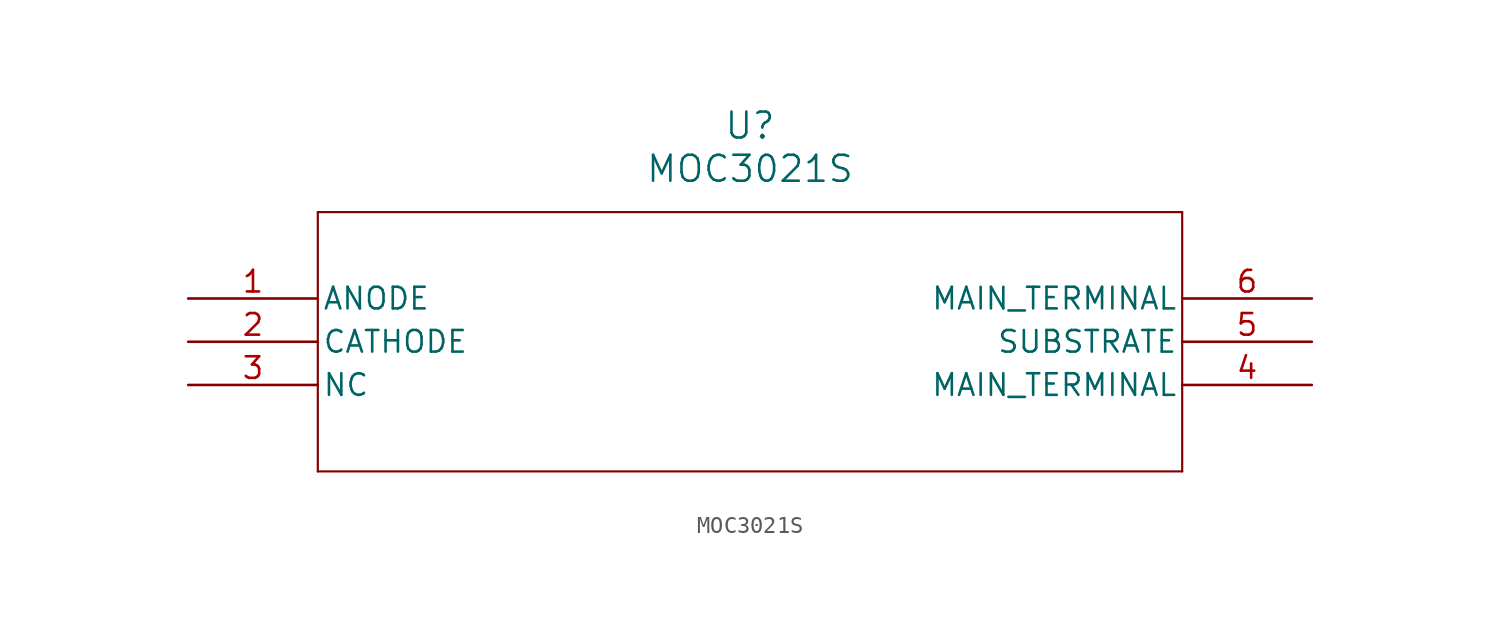
<source format=kicad_sym>
(kicad_symbol_lib
  (version 20211014)
  (generator kicad_symbol_editor)
  (symbol "MOC3021S"
    (pin_names
      (offset 0.254))
    (property "Reference" "U"
      (at 33.02 10.16 0)
      (effects (font (size 1.524 1.524))))
    (property "Value" "MOC3021S"
      (at 33.02 7.62 0)
      (effects (font (size 1.524 1.524))))
    (symbol "MOC3021S_0_1"
      (polyline (pts (xy 7.62 5.08) (xy 7.62 -10.16)) (stroke (width 0.127) (type default) (color 0 0 0 0)) (fill (type none)))
      (polyline (pts (xy 7.62 -10.16) (xy 58.42 -10.16)) (stroke (width 0.127) (type default) (color 0 0 0 0)) (fill (type none)))
      (polyline (pts (xy 58.42 -10.16) (xy 58.42 5.08)) (stroke (width 0.127) (type default) (color 0 0 0 0)) (fill (type none)))
      (polyline (pts (xy 58.42 5.08) (xy 7.62 5.08)) (stroke (width 0.127) (type default) (color 0 0 0 0)) (fill (type none)))
      (pin unspecified line (at 0 0 0) (length 7.62) (name "ANODE" (effects (font (size 1.27 1.27)))) (number "1" (effects (font (size 1.27 1.27)))))
      (pin unspecified line (at 0 -2.54 0) (length 7.62) (name "CATHODE" (effects (font (size 1.27 1.27)))) (number "2" (effects (font (size 1.27 1.27)))))
      (pin unspecified line (at 0 -5.08 0) (length 7.62) (name "NC" (effects (font (size 1.27 1.27)))) (number "3" (effects (font (size 1.27 1.27)))))
      (pin unspecified line (at 66.04 -5.08 180) (length 7.62) (name "MAIN TERMINAL" (effects (font (size 1.27 1.27)))) (number "4" (effects (font (size 1.27 1.27)))))
      (pin unspecified line (at 66.04 -2.54 180) (length 7.62) (name "SUBSTRATE" (effects (font (size 1.27 1.27)))) (number "5" (effects (font (size 1.27 1.27)))))
      (pin unspecified line (at 66.04 0 180) (length 7.62) (name "MAIN TERMINAL" (effects (font (size 1.27 1.27)))) (number "6" (effects (font (size 1.27 1.27))))))))
</source>
